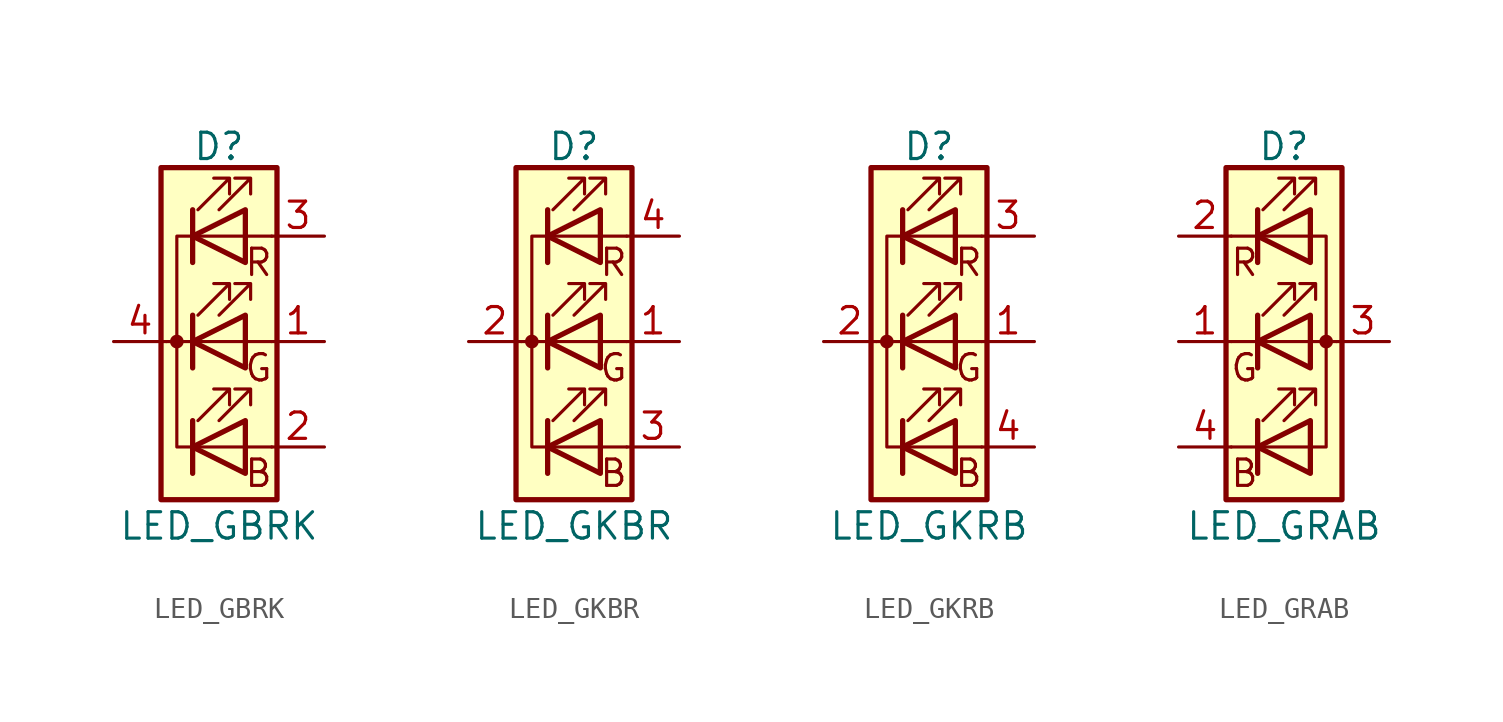
<source format=kicad_sym>
(kicad_symbol_lib
  (version 20241209)
  (generator "kicad_symbol_editor")
  (generator_version "9.0")
  (symbol "LED_GBRK"
    (pin_names
      (offset 0)
      (hide yes))
    (property "Reference" "D"
      (at 0 9.398 0)
      (effects (font (size 1.27 1.27))))
    (property "Value" "LED_GBRK"
      (at 0 -8.89 0)
      (effects (font (size 1.27 1.27))))
    (symbol "LED_GBRK_0_0"
      (text "R" (at 1.905 3.81 0) (effects (font (size 1.27 1.27))))
      (text "G" (at 1.905 -1.27 0) (effects (font (size 1.27 1.27))))
      (text "B" (at 1.905 -6.35 0) (effects (font (size 1.27 1.27)))))
    (symbol "LED_GBRK_0_1"
      (circle (center -2.032 0) (radius 0.254) (stroke (width 0) (type solid)) (fill (type outline)))
      (polyline (pts (xy -1.27 6.35) (xy -1.27 3.81)) (stroke (width 0.254) (type solid)) (fill (type none)))
      (polyline (pts (xy -1.27 6.35) (xy -1.27 3.81) (xy -1.27 3.81)) (stroke (width 0) (type solid)) (fill (type none)))
      (polyline (pts (xy -1.27 5.08) (xy 1.27 5.08)) (stroke (width 0) (type solid)) (fill (type none)))
      (polyline (pts (xy -1.27 5.08) (xy -2.032 5.08) (xy -2.032 -5.08) (xy -1.016 -5.08)) (stroke (width 0) (type solid)) (fill (type none)))
      (polyline (pts (xy -1.27 1.27) (xy -1.27 -1.27)) (stroke (width 0.254) (type solid)) (fill (type none)))
      (polyline (pts (xy -1.27 1.27) (xy -1.27 -1.27) (xy -1.27 -1.27)) (stroke (width 0) (type solid)) (fill (type none)))
      (polyline (pts (xy -1.27 0) (xy -2.54 0)) (stroke (width 0) (type solid)) (fill (type none)))
      (polyline (pts (xy -1.27 -3.81) (xy -1.27 -6.35)) (stroke (width 0.254) (type solid)) (fill (type none)))
      (polyline (pts (xy -1.27 -5.08) (xy 1.27 -5.08)) (stroke (width 0) (type solid)) (fill (type none)))
      (polyline (pts (xy -1.016 6.35) (xy 0.508 7.874) (xy -0.254 7.874) (xy 0.508 7.874) (xy 0.508 7.112)) (stroke (width 0) (type solid)) (fill (type none)))
      (polyline (pts (xy -1.016 1.27) (xy 0.508 2.794) (xy -0.254 2.794) (xy 0.508 2.794) (xy 0.508 2.032)) (stroke (width 0) (type solid)) (fill (type none)))
      (polyline (pts (xy -1.016 -3.81) (xy 0.508 -2.286) (xy -0.254 -2.286) (xy 0.508 -2.286) (xy 0.508 -3.048)) (stroke (width 0) (type solid)) (fill (type none)))
      (polyline (pts (xy 0 6.35) (xy 1.524 7.874) (xy 0.762 7.874) (xy 1.524 7.874) (xy 1.524 7.112)) (stroke (width 0) (type solid)) (fill (type none)))
      (polyline (pts (xy 0 1.27) (xy 1.524 2.794) (xy 0.762 2.794) (xy 1.524 2.794) (xy 1.524 2.032)) (stroke (width 0) (type solid)) (fill (type none)))
      (polyline (pts (xy 0 -3.81) (xy 1.524 -2.286) (xy 0.762 -2.286) (xy 1.524 -2.286) (xy 1.524 -3.048)) (stroke (width 0) (type solid)) (fill (type none)))
      (polyline (pts (xy 1.27 6.35) (xy 1.27 3.81) (xy -1.27 5.08) (xy 1.27 6.35)) (stroke (width 0.254) (type solid)) (fill (type none)))
      (rectangle (start 1.27 6.35) (end 1.27 6.35) (stroke (width 0) (type solid)) (fill (type none)))
      (polyline (pts (xy 1.27 5.08) (xy 2.54 5.08)) (stroke (width 0) (type solid)) (fill (type none)))
      (rectangle (start 1.27 3.81) (end 1.27 6.35) (stroke (width 0) (type solid)) (fill (type none)))
      (polyline (pts (xy 1.27 1.27) (xy 1.27 -1.27) (xy -1.27 0) (xy 1.27 1.27)) (stroke (width 0.254) (type solid)) (fill (type none)))
      (rectangle (start 1.27 1.27) (end 1.27 1.27) (stroke (width 0) (type solid)) (fill (type none)))
      (polyline (pts (xy 1.27 0) (xy -1.27 0)) (stroke (width 0) (type solid)) (fill (type none)))
      (polyline (pts (xy 1.27 0) (xy 2.54 0)) (stroke (width 0) (type solid)) (fill (type none)))
      (rectangle (start 1.27 -1.27) (end 1.27 1.27) (stroke (width 0) (type solid)) (fill (type none)))
      (polyline (pts (xy 1.27 -3.81) (xy 1.27 -6.35) (xy -1.27 -5.08) (xy 1.27 -3.81)) (stroke (width 0.254) (type solid)) (fill (type none)))
      (polyline (pts (xy 1.27 -5.08) (xy 2.54 -5.08)) (stroke (width 0) (type solid)) (fill (type none)))
      (rectangle (start 2.794 8.382) (end -2.794 -7.62) (stroke (width 0.254) (type solid)) (fill (type background))))
    (symbol "LED_GBRK_1_1"
      (pin passive line (at -5.08 0 0) (length 2.54) (name "K" (effects (font (size 1.27 1.27)))) (number "4" (effects (font (size 1.27 1.27)))))
      (pin passive line (at 5.08 5.08 180) (length 2.54) (name "RA" (effects (font (size 1.27 1.27)))) (number "3" (effects (font (size 1.27 1.27)))))
      (pin passive line (at 5.08 0 180) (length 2.54) (name "GA" (effects (font (size 1.27 1.27)))) (number "1" (effects (font (size 1.27 1.27)))))
      (pin passive line (at 5.08 -5.08 180) (length 2.54) (name "BA" (effects (font (size 1.27 1.27)))) (number "2" (effects (font (size 1.27 1.27)))))))
  (symbol "LED_GKBR"
    (pin_names
      (offset 0)
      (hide yes))
    (property "Reference" "D"
      (at 0 9.398 0)
      (effects (font (size 1.27 1.27))))
    (property "Value" "LED_GKBR"
      (at 0 -8.89 0)
      (effects (font (size 1.27 1.27))))
    (symbol "LED_GKBR_0_0"
      (text "R" (at 1.905 3.81 0) (effects (font (size 1.27 1.27))))
      (text "G" (at 1.905 -1.27 0) (effects (font (size 1.27 1.27))))
      (text "B" (at 1.905 -6.35 0) (effects (font (size 1.27 1.27)))))
    (symbol "LED_GKBR_0_1"
      (circle (center -2.032 0) (radius 0.254) (stroke (width 0) (type solid)) (fill (type outline)))
      (polyline (pts (xy -1.27 6.35) (xy -1.27 3.81)) (stroke (width 0.254) (type solid)) (fill (type none)))
      (polyline (pts (xy -1.27 6.35) (xy -1.27 3.81) (xy -1.27 3.81)) (stroke (width 0) (type solid)) (fill (type none)))
      (polyline (pts (xy -1.27 5.08) (xy 1.27 5.08)) (stroke (width 0) (type solid)) (fill (type none)))
      (polyline (pts (xy -1.27 5.08) (xy -2.032 5.08) (xy -2.032 -5.08) (xy -1.016 -5.08)) (stroke (width 0) (type solid)) (fill (type none)))
      (polyline (pts (xy -1.27 1.27) (xy -1.27 -1.27)) (stroke (width 0.254) (type solid)) (fill (type none)))
      (polyline (pts (xy -1.27 1.27) (xy -1.27 -1.27) (xy -1.27 -1.27)) (stroke (width 0) (type solid)) (fill (type none)))
      (polyline (pts (xy -1.27 0) (xy -2.54 0)) (stroke (width 0) (type solid)) (fill (type none)))
      (polyline (pts (xy -1.27 -3.81) (xy -1.27 -6.35)) (stroke (width 0.254) (type solid)) (fill (type none)))
      (polyline (pts (xy -1.27 -5.08) (xy 1.27 -5.08)) (stroke (width 0) (type solid)) (fill (type none)))
      (polyline (pts (xy -1.016 6.35) (xy 0.508 7.874) (xy -0.254 7.874) (xy 0.508 7.874) (xy 0.508 7.112)) (stroke (width 0) (type solid)) (fill (type none)))
      (polyline (pts (xy -1.016 1.27) (xy 0.508 2.794) (xy -0.254 2.794) (xy 0.508 2.794) (xy 0.508 2.032)) (stroke (width 0) (type solid)) (fill (type none)))
      (polyline (pts (xy -1.016 -3.81) (xy 0.508 -2.286) (xy -0.254 -2.286) (xy 0.508 -2.286) (xy 0.508 -3.048)) (stroke (width 0) (type solid)) (fill (type none)))
      (polyline (pts (xy 0 6.35) (xy 1.524 7.874) (xy 0.762 7.874) (xy 1.524 7.874) (xy 1.524 7.112)) (stroke (width 0) (type solid)) (fill (type none)))
      (polyline (pts (xy 0 1.27) (xy 1.524 2.794) (xy 0.762 2.794) (xy 1.524 2.794) (xy 1.524 2.032)) (stroke (width 0) (type solid)) (fill (type none)))
      (polyline (pts (xy 0 -3.81) (xy 1.524 -2.286) (xy 0.762 -2.286) (xy 1.524 -2.286) (xy 1.524 -3.048)) (stroke (width 0) (type solid)) (fill (type none)))
      (polyline (pts (xy 1.27 6.35) (xy 1.27 3.81) (xy -1.27 5.08) (xy 1.27 6.35)) (stroke (width 0.254) (type solid)) (fill (type none)))
      (rectangle (start 1.27 6.35) (end 1.27 6.35) (stroke (width 0) (type solid)) (fill (type none)))
      (polyline (pts (xy 1.27 5.08) (xy 2.54 5.08)) (stroke (width 0) (type solid)) (fill (type none)))
      (rectangle (start 1.27 3.81) (end 1.27 6.35) (stroke (width 0) (type solid)) (fill (type none)))
      (polyline (pts (xy 1.27 1.27) (xy 1.27 -1.27) (xy -1.27 0) (xy 1.27 1.27)) (stroke (width 0.254) (type solid)) (fill (type none)))
      (rectangle (start 1.27 1.27) (end 1.27 1.27) (stroke (width 0) (type solid)) (fill (type none)))
      (polyline (pts (xy 1.27 0) (xy -1.27 0)) (stroke (width 0) (type solid)) (fill (type none)))
      (polyline (pts (xy 1.27 0) (xy 2.54 0)) (stroke (width 0) (type solid)) (fill (type none)))
      (rectangle (start 1.27 -1.27) (end 1.27 1.27) (stroke (width 0) (type solid)) (fill (type none)))
      (polyline (pts (xy 1.27 -3.81) (xy 1.27 -6.35) (xy -1.27 -5.08) (xy 1.27 -3.81)) (stroke (width 0.254) (type solid)) (fill (type none)))
      (polyline (pts (xy 1.27 -5.08) (xy 2.54 -5.08)) (stroke (width 0) (type solid)) (fill (type none)))
      (rectangle (start 2.794 8.382) (end -2.794 -7.62) (stroke (width 0.254) (type solid)) (fill (type background))))
    (symbol "LED_GKBR_1_1"
      (pin passive line (at -5.08 0 0) (length 2.54) (name "K" (effects (font (size 1.27 1.27)))) (number "2" (effects (font (size 1.27 1.27)))))
      (pin passive line (at 5.08 5.08 180) (length 2.54) (name "RA" (effects (font (size 1.27 1.27)))) (number "4" (effects (font (size 1.27 1.27)))))
      (pin passive line (at 5.08 0 180) (length 2.54) (name "GA" (effects (font (size 1.27 1.27)))) (number "1" (effects (font (size 1.27 1.27)))))
      (pin passive line (at 5.08 -5.08 180) (length 2.54) (name "BA" (effects (font (size 1.27 1.27)))) (number "3" (effects (font (size 1.27 1.27)))))))
  (symbol "LED_GKRB"
    (pin_names
      (offset 0)
      (hide yes))
    (property "Reference" "D"
      (at 0 9.398 0)
      (effects (font (size 1.27 1.27))))
    (property "Value" "LED_GKRB"
      (at 0 -8.89 0)
      (effects (font (size 1.27 1.27))))
    (symbol "LED_GKRB_0_0"
      (text "R" (at 1.905 3.81 0) (effects (font (size 1.27 1.27))))
      (text "G" (at 1.905 -1.27 0) (effects (font (size 1.27 1.27))))
      (text "B" (at 1.905 -6.35 0) (effects (font (size 1.27 1.27)))))
    (symbol "LED_GKRB_0_1"
      (circle (center -2.032 0) (radius 0.254) (stroke (width 0) (type solid)) (fill (type outline)))
      (polyline (pts (xy -1.27 6.35) (xy -1.27 3.81)) (stroke (width 0.254) (type solid)) (fill (type none)))
      (polyline (pts (xy -1.27 6.35) (xy -1.27 3.81) (xy -1.27 3.81)) (stroke (width 0) (type solid)) (fill (type none)))
      (polyline (pts (xy -1.27 5.08) (xy 1.27 5.08)) (stroke (width 0) (type solid)) (fill (type none)))
      (polyline (pts (xy -1.27 5.08) (xy -2.032 5.08) (xy -2.032 -5.08) (xy -1.016 -5.08)) (stroke (width 0) (type solid)) (fill (type none)))
      (polyline (pts (xy -1.27 1.27) (xy -1.27 -1.27)) (stroke (width 0.254) (type solid)) (fill (type none)))
      (polyline (pts (xy -1.27 1.27) (xy -1.27 -1.27) (xy -1.27 -1.27)) (stroke (width 0) (type solid)) (fill (type none)))
      (polyline (pts (xy -1.27 0) (xy -2.54 0)) (stroke (width 0) (type solid)) (fill (type none)))
      (polyline (pts (xy -1.27 -3.81) (xy -1.27 -6.35)) (stroke (width 0.254) (type solid)) (fill (type none)))
      (polyline (pts (xy -1.27 -5.08) (xy 1.27 -5.08)) (stroke (width 0) (type solid)) (fill (type none)))
      (polyline (pts (xy -1.016 6.35) (xy 0.508 7.874) (xy -0.254 7.874) (xy 0.508 7.874) (xy 0.508 7.112)) (stroke (width 0) (type solid)) (fill (type none)))
      (polyline (pts (xy -1.016 1.27) (xy 0.508 2.794) (xy -0.254 2.794) (xy 0.508 2.794) (xy 0.508 2.032)) (stroke (width 0) (type solid)) (fill (type none)))
      (polyline (pts (xy -1.016 -3.81) (xy 0.508 -2.286) (xy -0.254 -2.286) (xy 0.508 -2.286) (xy 0.508 -3.048)) (stroke (width 0) (type solid)) (fill (type none)))
      (polyline (pts (xy 0 6.35) (xy 1.524 7.874) (xy 0.762 7.874) (xy 1.524 7.874) (xy 1.524 7.112)) (stroke (width 0) (type solid)) (fill (type none)))
      (polyline (pts (xy 0 1.27) (xy 1.524 2.794) (xy 0.762 2.794) (xy 1.524 2.794) (xy 1.524 2.032)) (stroke (width 0) (type solid)) (fill (type none)))
      (polyline (pts (xy 0 -3.81) (xy 1.524 -2.286) (xy 0.762 -2.286) (xy 1.524 -2.286) (xy 1.524 -3.048)) (stroke (width 0) (type solid)) (fill (type none)))
      (polyline (pts (xy 1.27 6.35) (xy 1.27 3.81) (xy -1.27 5.08) (xy 1.27 6.35)) (stroke (width 0.254) (type solid)) (fill (type none)))
      (rectangle (start 1.27 6.35) (end 1.27 6.35) (stroke (width 0) (type solid)) (fill (type none)))
      (polyline (pts (xy 1.27 5.08) (xy 2.54 5.08)) (stroke (width 0) (type solid)) (fill (type none)))
      (rectangle (start 1.27 3.81) (end 1.27 6.35) (stroke (width 0) (type solid)) (fill (type none)))
      (polyline (pts (xy 1.27 1.27) (xy 1.27 -1.27) (xy -1.27 0) (xy 1.27 1.27)) (stroke (width 0.254) (type solid)) (fill (type none)))
      (rectangle (start 1.27 1.27) (end 1.27 1.27) (stroke (width 0) (type solid)) (fill (type none)))
      (polyline (pts (xy 1.27 0) (xy -1.27 0)) (stroke (width 0) (type solid)) (fill (type none)))
      (polyline (pts (xy 1.27 0) (xy 2.54 0)) (stroke (width 0) (type solid)) (fill (type none)))
      (rectangle (start 1.27 -1.27) (end 1.27 1.27) (stroke (width 0) (type solid)) (fill (type none)))
      (polyline (pts (xy 1.27 -3.81) (xy 1.27 -6.35) (xy -1.27 -5.08) (xy 1.27 -3.81)) (stroke (width 0.254) (type solid)) (fill (type none)))
      (polyline (pts (xy 1.27 -5.08) (xy 2.54 -5.08)) (stroke (width 0) (type solid)) (fill (type none)))
      (rectangle (start 2.794 8.382) (end -2.794 -7.62) (stroke (width 0.254) (type solid)) (fill (type background))))
    (symbol "LED_GKRB_1_1"
      (pin passive line (at -5.08 0 0) (length 2.54) (name "K" (effects (font (size 1.27 1.27)))) (number "2" (effects (font (size 1.27 1.27)))))
      (pin passive line (at 5.08 5.08 180) (length 2.54) (name "RA" (effects (font (size 1.27 1.27)))) (number "3" (effects (font (size 1.27 1.27)))))
      (pin passive line (at 5.08 0 180) (length 2.54) (name "GA" (effects (font (size 1.27 1.27)))) (number "1" (effects (font (size 1.27 1.27)))))
      (pin passive line (at 5.08 -5.08 180) (length 2.54) (name "BA" (effects (font (size 1.27 1.27)))) (number "4" (effects (font (size 1.27 1.27)))))))
  (symbol "LED_GRAB"
    (pin_names
      (offset 0)
      (hide yes))
    (property "Reference" "D"
      (at 0 9.398 0)
      (effects (font (size 1.27 1.27))))
    (property "Value" "LED_GRAB"
      (at 0 -8.89 0)
      (effects (font (size 1.27 1.27))))
    (symbol "LED_GRAB_0_0"
      (text "R" (at -1.905 3.81 0) (effects (font (size 1.27 1.27))))
      (text "G" (at -1.905 -1.27 0) (effects (font (size 1.27 1.27))))
      (text "B" (at -1.905 -6.35 0) (effects (font (size 1.27 1.27)))))
    (symbol "LED_GRAB_0_1"
      (polyline (pts (xy -1.27 6.35) (xy -1.27 3.81)) (stroke (width 0.254) (type solid)) (fill (type none)))
      (polyline (pts (xy -1.27 6.35) (xy -1.27 3.81) (xy -1.27 3.81)) (stroke (width 0) (type solid)) (fill (type none)))
      (polyline (pts (xy -1.27 5.08) (xy -2.54 5.08)) (stroke (width 0) (type solid)) (fill (type none)))
      (polyline (pts (xy -1.27 5.08) (xy 1.27 5.08)) (stroke (width 0) (type solid)) (fill (type none)))
      (polyline (pts (xy -1.27 1.27) (xy -1.27 -1.27)) (stroke (width 0.254) (type solid)) (fill (type none)))
      (polyline (pts (xy -1.27 1.27) (xy -1.27 -1.27) (xy -1.27 -1.27)) (stroke (width 0) (type solid)) (fill (type none)))
      (polyline (pts (xy -1.27 0) (xy -2.54 0)) (stroke (width 0) (type solid)) (fill (type none)))
      (polyline (pts (xy -1.27 -3.81) (xy -1.27 -6.35)) (stroke (width 0.254) (type solid)) (fill (type none)))
      (polyline (pts (xy -1.27 -5.08) (xy -2.54 -5.08)) (stroke (width 0) (type solid)) (fill (type none)))
      (polyline (pts (xy -1.27 -5.08) (xy 1.27 -5.08)) (stroke (width 0) (type solid)) (fill (type none)))
      (polyline (pts (xy -1.016 6.35) (xy 0.508 7.874) (xy -0.254 7.874) (xy 0.508 7.874) (xy 0.508 7.112)) (stroke (width 0) (type solid)) (fill (type none)))
      (polyline (pts (xy -1.016 1.27) (xy 0.508 2.794) (xy -0.254 2.794) (xy 0.508 2.794) (xy 0.508 2.032)) (stroke (width 0) (type solid)) (fill (type none)))
      (polyline (pts (xy -1.016 -3.81) (xy 0.508 -2.286) (xy -0.254 -2.286) (xy 0.508 -2.286) (xy 0.508 -3.048)) (stroke (width 0) (type solid)) (fill (type none)))
      (polyline (pts (xy 0 6.35) (xy 1.524 7.874) (xy 0.762 7.874) (xy 1.524 7.874) (xy 1.524 7.112)) (stroke (width 0) (type solid)) (fill (type none)))
      (polyline (pts (xy 0 1.27) (xy 1.524 2.794) (xy 0.762 2.794) (xy 1.524 2.794) (xy 1.524 2.032)) (stroke (width 0) (type solid)) (fill (type none)))
      (polyline (pts (xy 0 -3.81) (xy 1.524 -2.286) (xy 0.762 -2.286) (xy 1.524 -2.286) (xy 1.524 -3.048)) (stroke (width 0) (type solid)) (fill (type none)))
      (polyline (pts (xy 1.27 6.35) (xy 1.27 3.81) (xy -1.27 5.08) (xy 1.27 6.35)) (stroke (width 0.254) (type solid)) (fill (type none)))
      (rectangle (start 1.27 6.35) (end 1.27 6.35) (stroke (width 0) (type solid)) (fill (type none)))
      (rectangle (start 1.27 3.81) (end 1.27 6.35) (stroke (width 0) (type solid)) (fill (type none)))
      (polyline (pts (xy 1.27 1.27) (xy 1.27 -1.27) (xy -1.27 0) (xy 1.27 1.27)) (stroke (width 0.254) (type solid)) (fill (type none)))
      (rectangle (start 1.27 1.27) (end 1.27 1.27) (stroke (width 0) (type solid)) (fill (type none)))
      (polyline (pts (xy 1.27 0) (xy -1.27 0)) (stroke (width 0) (type solid)) (fill (type none)))
      (polyline (pts (xy 1.27 0) (xy 2.54 0)) (stroke (width 0) (type solid)) (fill (type none)))
      (rectangle (start 1.27 -1.27) (end 1.27 1.27) (stroke (width 0) (type solid)) (fill (type none)))
      (polyline (pts (xy 1.27 -3.81) (xy 1.27 -6.35) (xy -1.27 -5.08) (xy 1.27 -3.81)) (stroke (width 0.254) (type solid)) (fill (type none)))
      (polyline (pts (xy 1.27 -5.08) (xy 2.032 -5.08) (xy 2.032 5.08) (xy 1.27 5.08)) (stroke (width 0) (type solid)) (fill (type none)))
      (circle (center 2.032 0) (radius 0.254) (stroke (width 0) (type solid)) (fill (type outline)))
      (rectangle (start 2.794 8.382) (end -2.794 -7.62) (stroke (width 0.254) (type solid)) (fill (type background))))
    (symbol "LED_GRAB_1_1"
      (pin passive line (at -5.08 5.08 0) (length 2.54) (name "RK" (effects (font (size 1.27 1.27)))) (number "2" (effects (font (size 1.27 1.27)))))
      (pin passive line (at -5.08 0 0) (length 2.54) (name "GK" (effects (font (size 1.27 1.27)))) (number "1" (effects (font (size 1.27 1.27)))))
      (pin passive line (at -5.08 -5.08 0) (length 2.54) (name "BK" (effects (font (size 1.27 1.27)))) (number "4" (effects (font (size 1.27 1.27)))))
      (pin passive line (at 5.08 0 180) (length 2.54) (name "A" (effects (font (size 1.27 1.27)))) (number "3" (effects (font (size 1.27 1.27))))))))
</source>
